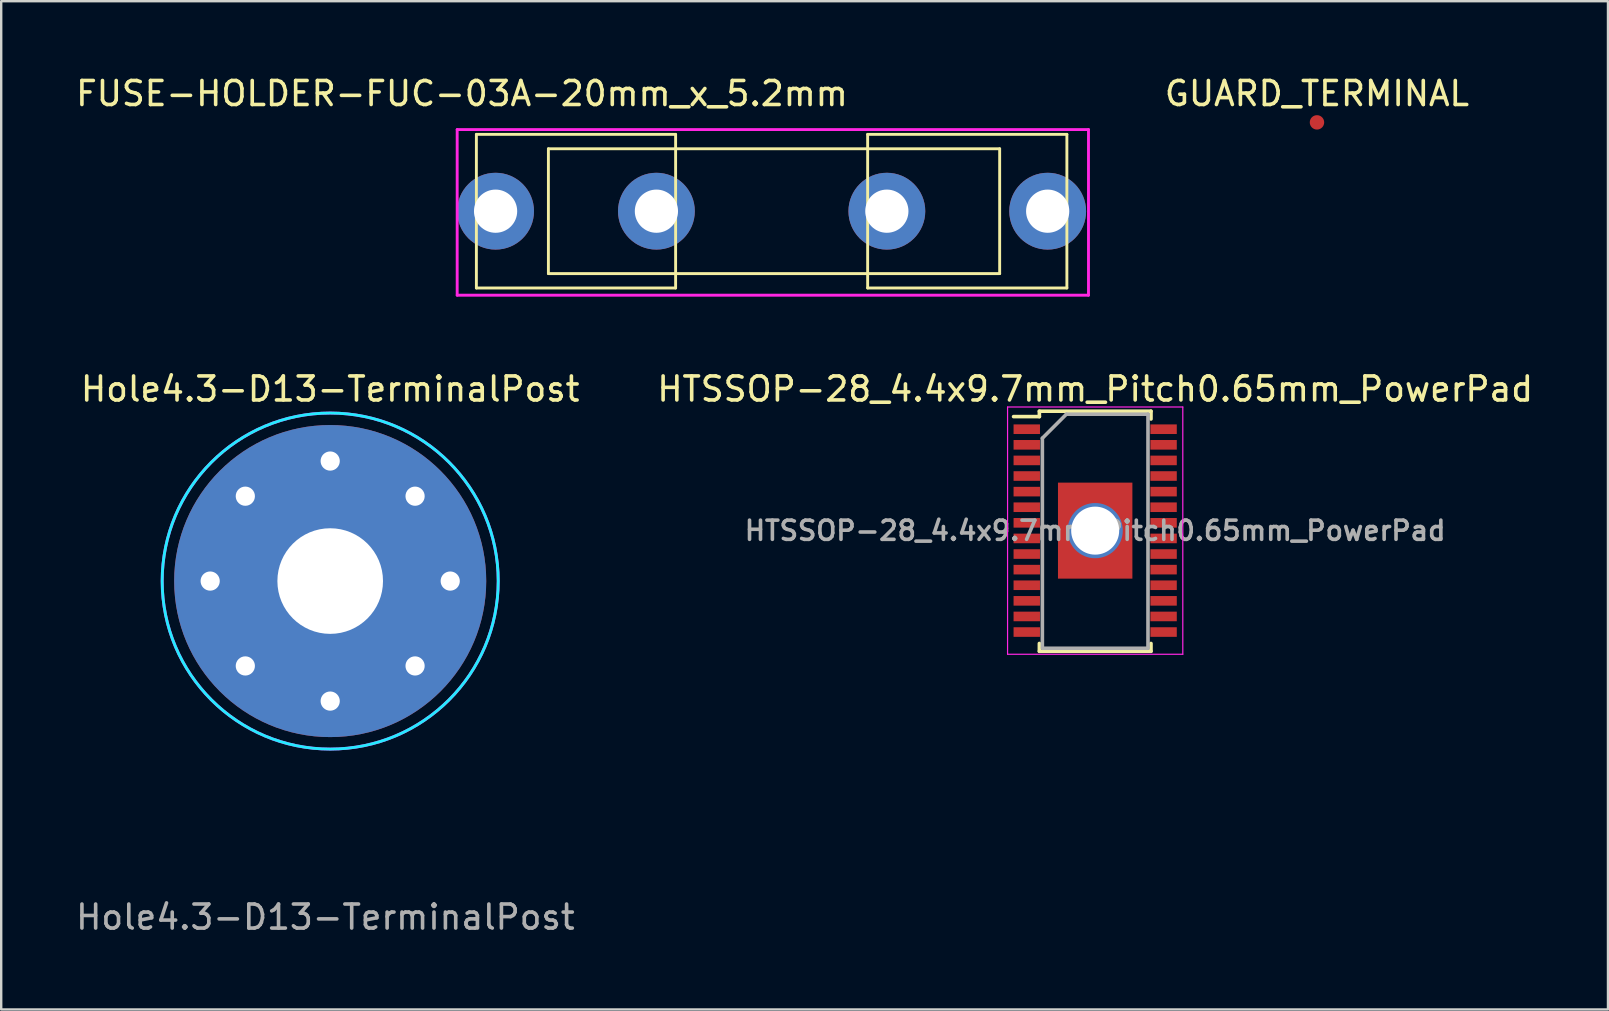
<source format=kicad_pcb>
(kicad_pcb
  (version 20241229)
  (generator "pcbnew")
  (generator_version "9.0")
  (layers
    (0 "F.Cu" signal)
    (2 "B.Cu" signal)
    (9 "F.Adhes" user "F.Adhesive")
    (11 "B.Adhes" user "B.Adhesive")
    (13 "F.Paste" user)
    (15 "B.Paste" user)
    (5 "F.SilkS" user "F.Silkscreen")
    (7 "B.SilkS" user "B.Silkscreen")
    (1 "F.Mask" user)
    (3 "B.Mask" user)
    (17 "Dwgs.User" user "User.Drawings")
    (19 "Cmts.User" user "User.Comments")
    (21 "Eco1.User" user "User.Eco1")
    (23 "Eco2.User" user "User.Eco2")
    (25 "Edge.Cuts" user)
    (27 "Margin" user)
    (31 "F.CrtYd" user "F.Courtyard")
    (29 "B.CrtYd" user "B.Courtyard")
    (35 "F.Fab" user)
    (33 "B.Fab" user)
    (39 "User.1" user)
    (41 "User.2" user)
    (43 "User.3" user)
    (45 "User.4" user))
  (footprint "Hole4.3-D13-TerminalPost"
    (layer "F.Cu")
    (at 10.706 21.157)
    (property "Reference" "Hole4.3-D13-TerminalPost" (at 0 -8 0) (unlocked yes) (layer "F.SilkS") (effects (font (size 1 1) (thickness 0.15))))
    (attr through_hole)
    (fp_circle (center 0 0) (end 0 -7) (stroke (width 0.12) (type solid)) (fill no) (layer "B.CrtYd"))
    (fp_circle (center 0 0) (end 0 -7) (stroke (width 0.12) (type solid)) (fill no) (layer "F.CrtYd"))
    (fp_text user "${REFERENCE}" (at -0.2 14 0) (unlocked yes) (layer "F.Fab") (effects (font (size 1 1) (thickness 0.15))))
    (pad "1" thru_hole circle (at -5 0) (size 1.2 1.2) (drill 0.8) (layers "*.Cu" "*.Mask"))
    (pad "1" thru_hole circle (at -3.536 -3.536) (size 1.2 1.2) (drill 0.8) (layers "*.Cu" "*.Mask"))
    (pad "1" thru_hole circle (at -3.536 3.536) (size 1.2 1.2) (drill 0.8) (layers "*.Cu" "*.Mask"))
    (pad "1" thru_hole circle (at 0 -5) (size 1.2 1.2) (drill 0.8) (layers "*.Cu" "*.Mask"))
    (pad "1" thru_hole circle (at 0 0) (size 13 13) (drill 4.4) (layers "*.Cu" "*.Mask"))
    (pad "1" thru_hole circle (at 0 5) (size 1.2 1.2) (drill 0.8) (layers "*.Cu" "*.Mask"))
    (pad "1" thru_hole circle (at 3.536 -3.536) (size 1.2 1.2) (drill 0.8) (layers "*.Cu" "*.Mask"))
    (pad "1" thru_hole circle (at 3.536 3.536) (size 1.2 1.2) (drill 0.8) (layers "*.Cu" "*.Mask"))
    (pad "1" thru_hole circle (at 5 0) (size 1.2 1.2) (drill 0.8) (layers "*.Cu" "*.Mask")))
  (footprint "FUSE-HOLDER-FUC-03A-20mm_x_5.2mm"
    (layer "F.Cu")
    (at 17.596 5.748)
    (property "Reference" "FUSE-HOLDER-FUC-03A-20mm_x_5.2mm" (at -1.4 -4.9 0) (layer "F.SilkS") (effects (font (size 1 1) (thickness 0.15))))
    (attr through_hole)
    (fp_line (start -0.8 -3.2) (end -0.8 3.2) (stroke (width 0.12) (type solid)) (layer "F.SilkS"))
    (fp_line (start -0.8 -3.2) (end 7.5 -3.2) (stroke (width 0.12) (type solid)) (layer "F.SilkS"))
    (fp_line (start -0.8 3.2) (end 7.5 3.2) (stroke (width 0.12) (type solid)) (layer "F.SilkS"))
    (fp_line (start 2.2 -2.6) (end 2.2 2.6) (stroke (width 0.12) (type solid)) (layer "F.SilkS"))
    (fp_line (start 2.2 -2.6) (end 21 -2.6) (stroke (width 0.12) (type solid)) (layer "F.SilkS"))
    (fp_line (start 2.2 2.6) (end 21 2.6) (stroke (width 0.12) (type solid)) (layer "F.SilkS"))
    (fp_line (start 7.5 -3.2) (end 7.5 3.2) (stroke (width 0.12) (type solid)) (layer "F.SilkS"))
    (fp_line (start 15.5 -3.2) (end 15.5 3.2) (stroke (width 0.12) (type solid)) (layer "F.SilkS"))
    (fp_line (start 15.5 -3.2) (end 23.8 -3.2) (stroke (width 0.12) (type solid)) (layer "F.SilkS"))
    (fp_line (start 15.5 3.2) (end 23.8 3.2) (stroke (width 0.12) (type solid)) (layer "F.SilkS"))
    (fp_line (start 21 -2.6) (end 21 2.6) (stroke (width 0.12) (type solid)) (layer "F.SilkS"))
    (fp_line (start 23.8 -3.2) (end 23.8 3.2) (stroke (width 0.12) (type solid)) (layer "F.SilkS"))
    (fp_line (start -1.6 -3.4) (end 24.7 -3.4) (stroke (width 0.12) (type solid)) (layer "F.CrtYd"))
    (fp_line (start -1.6 3.5) (end -1.6 -3.4) (stroke (width 0.12) (type solid)) (layer "F.CrtYd"))
    (fp_line (start 24.7 -3.4) (end 24.7 3.5) (stroke (width 0.12) (type solid)) (layer "F.CrtYd"))
    (fp_line (start 24.7 3.5) (end -1.6 3.5) (stroke (width 0.12) (type solid)) (layer "F.CrtYd"))
    (pad "1" thru_hole circle (at 0 0) (size 3.2 3.2) (drill 1.8) (layers "*.Cu" "*.Mask"))
    (pad "1" thru_hole circle (at 6.7 0) (size 3.2 3.2) (drill 1.8) (layers "*.Cu" "*.Mask"))
    (pad "2" thru_hole circle (at 16.3 0) (size 3.2 3.2) (drill 1.8) (layers "*.Cu" "*.Mask"))
    (pad "2" thru_hole circle (at 23 0) (size 3.2 3.2) (drill 1.8) (layers "*.Cu" "*.Mask")))
  (footprint "GUARD_TERMINAL"
    (layer "F.Cu")
    (at 51.815 2.048)
    (property "Reference" "GUARD_TERMINAL" (at 0 -1.2 0) (layer "F.SilkS") (effects (font (size 1 1) (thickness 0.15))))
    (attr through_hole)
    (pad "1" smd circle (at 0 0) (size 0.6 0.6) (layers "F.Cu" "F.Mask")))
  (footprint "HTSSOP-28_4.4x9.7mm_Pitch0.65mm_PowerPad"
    (layer "F.Cu")
    (at 42.575 19.056)
    (property "Reference" "HTSSOP-28_4.4x9.7mm_Pitch0.65mm_PowerPad" (at 0 -5.9 0) (layer "F.SilkS") (effects (font (size 1 1) (thickness 0.15))))
    (attr smd)
    (fp_line (start -2.325 -4.975) (end -2.325 -4.75) (stroke (width 0.15) (type solid)) (layer "F.SilkS"))
    (fp_line (start -2.325 -4.975) (end 2.325 -4.975) (stroke (width 0.15) (type solid)) (layer "F.SilkS"))
    (fp_line (start -2.325 -4.75) (end -3.4 -4.75) (stroke (width 0.15) (type solid)) (layer "F.SilkS"))
    (fp_line (start -2.325 5.026) (end -2.325 4.701) (stroke (width 0.15) (type solid)) (layer "F.SilkS"))
    (fp_line (start -2.325 5.026) (end 2.325 5.026) (stroke (width 0.15) (type solid)) (layer "F.SilkS"))
    (fp_line (start 2.325 -4.975) (end 2.325 -4.65) (stroke (width 0.15) (type solid)) (layer "F.SilkS"))
    (fp_line (start 2.325 5.026) (end 2.325 4.701) (stroke (width 0.15) (type solid)) (layer "F.SilkS"))
    (fp_line (start -3.65 -5.15) (end -3.65 5.15) (stroke (width 0.05) (type solid)) (layer "F.CrtYd"))
    (fp_line (start -3.65 -5.15) (end 3.65 -5.15) (stroke (width 0.05) (type solid)) (layer "F.CrtYd"))
    (fp_line (start -3.65 5.15) (end 3.65 5.15) (stroke (width 0.05) (type solid)) (layer "F.CrtYd"))
    (fp_line (start 3.65 -5.15) (end 3.65 5.15) (stroke (width 0.05) (type solid)) (layer "F.CrtYd"))
    (fp_line (start -2.2 -3.85) (end -1.2 -4.85) (stroke (width 0.15) (type solid)) (layer "F.Fab"))
    (fp_line (start -2.2 4.85) (end -2.2 -3.85) (stroke (width 0.15) (type solid)) (layer "F.Fab"))
    (fp_line (start -1.2 -4.85) (end 2.2 -4.85) (stroke (width 0.15) (type solid)) (layer "F.Fab"))
    (fp_line (start 2.2 -4.85) (end 2.2 4.85) (stroke (width 0.15) (type solid)) (layer "F.Fab"))
    (fp_line (start 2.2 4.901) (end -2.2 4.901) (stroke (width 0.15) (type solid)) (layer "F.Fab"))
    (fp_text user "${REFERENCE}" (at 0 0 0) (layer "F.Fab") (effects (font (size 0.8 0.8) (thickness 0.15))))
    (pad "1" smd rect (at -2.85 -4.225) (size 1.1 0.4) (layers "F.Cu" "F.Mask" "F.Paste"))
    (pad "2" smd rect (at -2.85 -3.575) (size 1.1 0.4) (layers "F.Cu" "F.Mask" "F.Paste"))
    (pad "3" smd rect (at -2.85 -2.925) (size 1.1 0.4) (layers "F.Cu" "F.Mask" "F.Paste"))
    (pad "4" smd rect (at -2.85 -2.275) (size 1.1 0.4) (layers "F.Cu" "F.Mask" "F.Paste"))
    (pad "5" smd rect (at -2.85 -1.625) (size 1.1 0.4) (layers "F.Cu" "F.Mask" "F.Paste"))
    (pad "6" smd rect (at -2.85 -0.975) (size 1.1 0.4) (layers "F.Cu" "F.Mask" "F.Paste"))
    (pad "7" smd rect (at -2.85 -0.325) (size 1.1 0.4) (layers "F.Cu" "F.Mask" "F.Paste"))
    (pad "8" smd rect (at -2.85 0.325) (size 1.1 0.4) (layers "F.Cu" "F.Mask" "F.Paste"))
    (pad "9" smd rect (at -2.85 0.975) (size 1.1 0.4) (layers "F.Cu" "F.Mask" "F.Paste"))
    (pad "10" smd rect (at -2.85 1.625) (size 1.1 0.4) (layers "F.Cu" "F.Mask" "F.Paste"))
    (pad "11" smd rect (at -2.85 2.275) (size 1.1 0.4) (layers "F.Cu" "F.Mask" "F.Paste"))
    (pad "12" smd rect (at -2.85 2.925) (size 1.1 0.4) (layers "F.Cu" "F.Mask" "F.Paste"))
    (pad "13" smd rect (at -2.85 3.575) (size 1.1 0.4) (layers "F.Cu" "F.Mask" "F.Paste"))
    (pad "14" smd rect (at -2.85 4.225) (size 1.1 0.4) (layers "F.Cu" "F.Mask" "F.Paste"))
    (pad "15" smd rect (at 2.85 4.225) (size 1.1 0.4) (layers "F.Cu" "F.Mask" "F.Paste"))
    (pad "16" smd rect (at 2.85 3.575) (size 1.1 0.4) (layers "F.Cu" "F.Mask" "F.Paste"))
    (pad "17" smd rect (at 2.85 2.925) (size 1.1 0.4) (layers "F.Cu" "F.Mask" "F.Paste"))
    (pad "18" smd rect (at 2.85 2.275) (size 1.1 0.4) (layers "F.Cu" "F.Mask" "F.Paste"))
    (pad "19" smd rect (at 2.85 1.625) (size 1.1 0.4) (layers "F.Cu" "F.Mask" "F.Paste"))
    (pad "20" smd rect (at 2.85 0.975) (size 1.1 0.4) (layers "F.Cu" "F.Mask" "F.Paste"))
    (pad "21" smd rect (at 2.85 0.325) (size 1.1 0.4) (layers "F.Cu" "F.Mask" "F.Paste"))
    (pad "22" smd rect (at 2.85 -0.325) (size 1.1 0.4) (layers "F.Cu" "F.Mask" "F.Paste"))
    (pad "23" smd rect (at 2.85 -0.975) (size 1.1 0.4) (layers "F.Cu" "F.Mask" "F.Paste"))
    (pad "24" smd rect (at 2.85 -1.625) (size 1.1 0.4) (layers "F.Cu" "F.Mask" "F.Paste"))
    (pad "25" smd rect (at 2.85 -2.275) (size 1.1 0.4) (layers "F.Cu" "F.Mask" "F.Paste"))
    (pad "26" smd rect (at 2.85 -2.925) (size 1.1 0.4) (layers "F.Cu" "F.Mask" "F.Paste"))
    (pad "27" smd rect (at 2.85 -3.575) (size 1.1 0.4) (layers "F.Cu" "F.Mask" "F.Paste"))
    (pad "28" smd rect (at 2.85 -4.225) (size 1.1 0.4) (layers "F.Cu" "F.Mask" "F.Paste"))
    (pad "29" thru_hole circle (at 0 0) (size 2.3 2.3) (drill 2) (layers "*.Cu" "*.Mask"))
    (pad "29" smd rect (at 0 0) (size 3.1 4) (layers "F.Cu" "F.Mask" "F.Paste")))
  (gr_rect
    (start -3 -3)
    (end 63.938 39.005)
    (stroke (width 0.1) (type default))
    (fill no)
    (layer "Edge.Cuts")))
</source>
